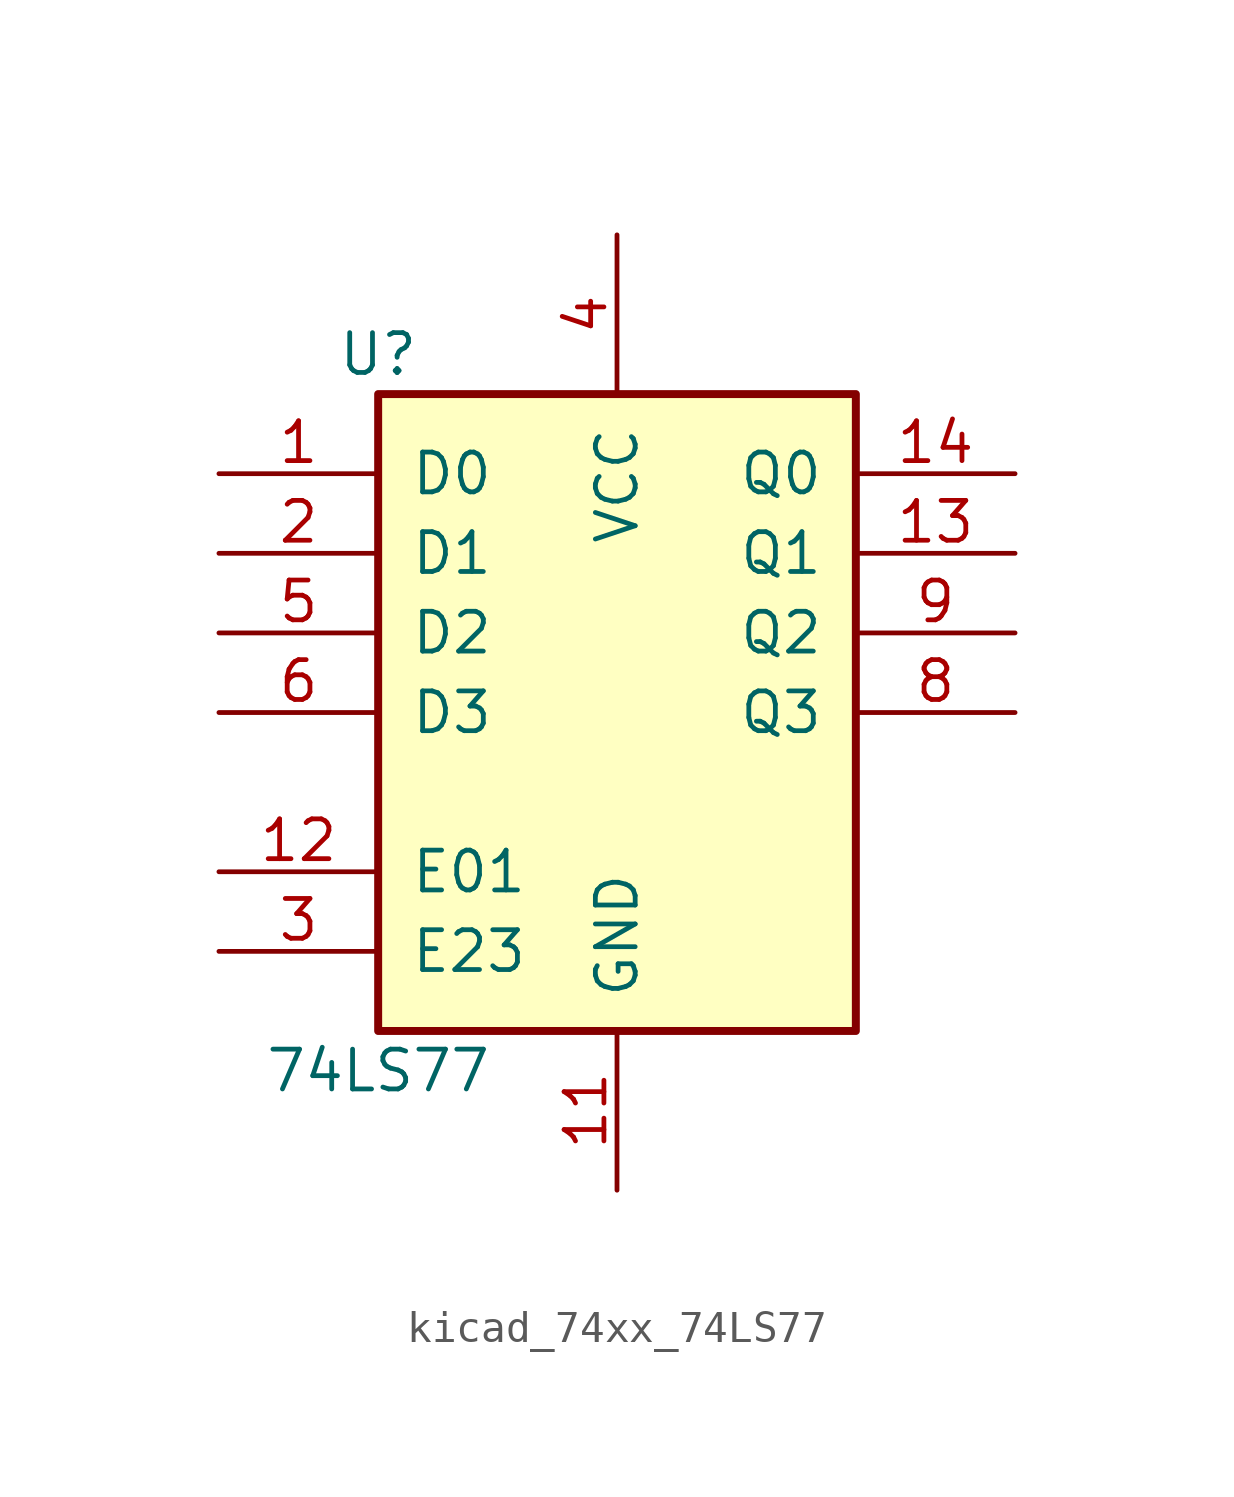
<source format=kicad_sym>
(kicad_symbol_lib
  (version 20220914)
  (generator kicad_symbol_editor)
  (symbol "kicad_74xx_74LS77"
    (pin_names
      (offset 1.016))
    (property "Reference" "U"
      (at -7.62 11.43 0)
      (effects (font (size 1.27 1.27))))
    (property "Value" "74LS77"
      (at -7.62 -11.43 0)
      (effects (font (size 1.27 1.27))))
    (property "ki_locked" ""
      (at 0 0 0)
      (effects (font (size 1.27 1.27))))
    (symbol "kicad_74xx_74LS77_1_0"
      (pin input line (at -12.7 7.62 0) (length 5.08) (name "D0" (effects (font (size 1.27 1.27)))) (number "1" (effects (font (size 1.27 1.27)))))
      (pin power_in line (at 0 -15.24 90) (length 5.08) (name "GND" (effects (font (size 1.27 1.27)))) (number "11" (effects (font (size 1.27 1.27)))))
      (pin input line (at -12.7 -5.08 0) (length 5.08) (name "E01" (effects (font (size 1.27 1.27)))) (number "12" (effects (font (size 1.27 1.27)))))
      (pin output line (at 12.7 5.08 180) (length 5.08) (name "Q1" (effects (font (size 1.27 1.27)))) (number "13" (effects (font (size 1.27 1.27)))))
      (pin output line (at 12.7 7.62 180) (length 5.08) (name "Q0" (effects (font (size 1.27 1.27)))) (number "14" (effects (font (size 1.27 1.27)))))
      (pin input line (at -12.7 5.08 0) (length 5.08) (name "D1" (effects (font (size 1.27 1.27)))) (number "2" (effects (font (size 1.27 1.27)))))
      (pin input line (at -12.7 -7.62 0) (length 5.08) (name "E23" (effects (font (size 1.27 1.27)))) (number "3" (effects (font (size 1.27 1.27)))))
      (pin power_in line (at 0 15.24 270) (length 5.08) (name "VCC" (effects (font (size 1.27 1.27)))) (number "4" (effects (font (size 1.27 1.27)))))
      (pin input line (at -12.7 2.54 0) (length 5.08) (name "D2" (effects (font (size 1.27 1.27)))) (number "5" (effects (font (size 1.27 1.27)))))
      (pin input line (at -12.7 0 0) (length 5.08) (name "D3" (effects (font (size 1.27 1.27)))) (number "6" (effects (font (size 1.27 1.27)))))
      (pin output line (at 12.7 0 180) (length 5.08) (name "Q3" (effects (font (size 1.27 1.27)))) (number "8" (effects (font (size 1.27 1.27)))))
      (pin output line (at 12.7 2.54 180) (length 5.08) (name "Q2" (effects (font (size 1.27 1.27)))) (number "9" (effects (font (size 1.27 1.27))))))
    (symbol "kicad_74xx_74LS77_1_1"
      (rectangle (start -7.62 10.16) (end 7.62 -10.16) (stroke (width 0.254) (type default)) (fill (type background))))))
</source>
